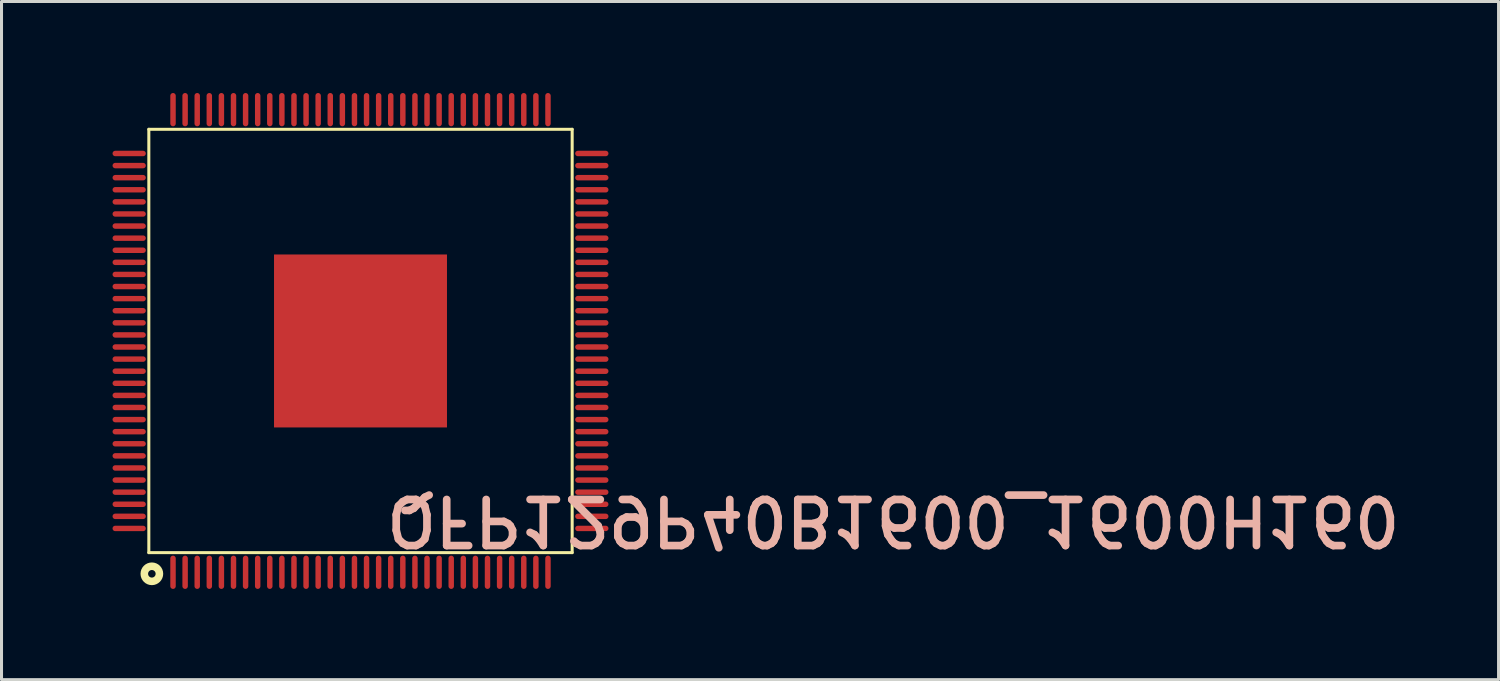
<source format=kicad_pcb>
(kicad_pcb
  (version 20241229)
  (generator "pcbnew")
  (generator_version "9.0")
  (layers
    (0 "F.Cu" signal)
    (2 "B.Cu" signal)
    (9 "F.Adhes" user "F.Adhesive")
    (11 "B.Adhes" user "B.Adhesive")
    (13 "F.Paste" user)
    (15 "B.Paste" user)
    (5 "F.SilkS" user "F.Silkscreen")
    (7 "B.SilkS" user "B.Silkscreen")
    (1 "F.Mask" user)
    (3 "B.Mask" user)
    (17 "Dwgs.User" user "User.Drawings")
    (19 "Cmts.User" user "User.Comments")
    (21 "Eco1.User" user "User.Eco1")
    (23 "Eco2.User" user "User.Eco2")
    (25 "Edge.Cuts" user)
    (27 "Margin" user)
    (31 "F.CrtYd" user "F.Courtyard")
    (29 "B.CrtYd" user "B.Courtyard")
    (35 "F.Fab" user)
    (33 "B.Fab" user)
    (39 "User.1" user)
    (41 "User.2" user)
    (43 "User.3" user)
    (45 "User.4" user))
  (footprint "QFP129P40B1600_1600H160"
    (layer "F.Cu")
    (at 8.872 8.226)
    (property "Reference" "QFP129P40B1600_1600H160" (at 0.724 5.042 180) (unlocked yes) (layer "B.SilkS") (effects (font (size 1.524 1.524) (thickness 0.254)) (justify left bottom mirror)))
    (fp_line (start -7 7) (end -7 -7) (stroke (width 0.1) (type solid)) (layer "F.SilkS"))
    (fp_line (start 7 -7) (end -7 -7) (stroke (width 0.1) (type solid)) (layer "F.SilkS"))
    (fp_line (start 7 7) (end -7 7) (stroke (width 0.1) (type solid)) (layer "F.SilkS"))
    (fp_line (start 7 7) (end 7 -7) (stroke (width 0.1) (type solid)) (layer "F.SilkS"))
    (fp_circle (center -6.9 7.7) (end -7.15 7.7) (stroke (width 0.25) (type solid)) (fill no) (layer "F.SilkS"))
    (fp_text user "93" (at -5.04 -7.65 90) (unlocked yes) (layer "Eco1.User") (effects (font (size 0.3 0.3) (thickness 0.021)) (justify left bottom)))
    (fp_text user "92" (at -4.64 -7.65 90) (unlocked yes) (layer "Eco1.User") (effects (font (size 0.3 0.3) (thickness 0.021)) (justify left bottom)))
    (fp_text user "95" (at -5.84 -7.65 90) (unlocked yes) (layer "Eco1.User") (effects (font (size 0.3 0.3) (thickness 0.021)) (justify left bottom)))
    (fp_text user "1" (at -6.12 7.65 90) (unlocked yes) (layer "Eco1.User") (effects (font (size 0.3 0.3) (thickness 0.021)) (justify left bottom)))
    (fp_text user "77" (at 1.36 -7.65 90) (unlocked yes) (layer "Eco1.User") (effects (font (size 0.3 0.3) (thickness 0.021)) (justify left bottom)))
    (fp_text user "4" (at -4.92 7.65 90) (unlocked yes) (layer "Eco1.User") (effects (font (size 0.3 0.3) (thickness 0.021)) (justify left bottom)))
    (fp_text user "58" (at 7.41 -4 180) (unlocked yes) (layer "Eco1.User") (effects (font (size 0.3 0.3) (thickness 0.021)) (justify left bottom)))
    (fp_text user "64" (at 7.41 -6.4 180) (unlocked yes) (layer "Eco1.User") (effects (font (size 0.3 0.3) (thickness 0.021)) (justify left bottom)))
    (fp_text user "122" (at -8.01 3.6 180) (unlocked yes) (layer "Eco1.User") (effects (font (size 0.3 0.3) (thickness 0.021)) (justify left bottom)))
    (fp_text user "110" (at -8.01 -1.2 180) (unlocked yes) (layer "Eco1.User") (effects (font (size 0.3 0.3) (thickness 0.021)) (justify left bottom)))
    (fp_text user "114" (at -8.01 0.4 180) (unlocked yes) (layer "Eco1.User") (effects (font (size 0.3 0.3) (thickness 0.021)) (justify left bottom)))
    (fp_text user "71" (at 3.76 -7.65 90) (unlocked yes) (layer "Eco1.User") (effects (font (size 0.3 0.3) (thickness 0.021)) (justify left bottom)))
    (fp_text user "5" (at -4.52 7.65 90) (unlocked yes) (layer "Eco1.User") (effects (font (size 0.3 0.3) (thickness 0.021)) (justify left bottom)))
    (fp_text user "43" (at 7.41 2 180) (unlocked yes) (layer "Eco1.User") (effects (font (size 0.3 0.3) (thickness 0.021)) (justify left bottom)))
    (fp_text user "37" (at 7.41 4.4 180) (unlocked yes) (layer "Eco1.User") (effects (font (size 0.3 0.3) (thickness 0.021)) (justify left bottom)))
    (fp_text user "90" (at -3.84 -7.65 90) (unlocked yes) (layer "Eco1.User") (effects (font (size 0.3 0.3) (thickness 0.021)) (justify left bottom)))
    (fp_text user "63" (at 7.41 -6 180) (unlocked yes) (layer "Eco1.User") (effects (font (size 0.3 0.3) (thickness 0.021)) (justify left bottom)))
    (fp_text user "87" (at -2.64 -7.65 90) (unlocked yes) (layer "Eco1.User") (effects (font (size 0.3 0.3) (thickness 0.021)) (justify left bottom)))
    (fp_text user "7" (at -3.72 7.65 90) (unlocked yes) (layer "Eco1.User") (effects (font (size 0.3 0.3) (thickness 0.021)) (justify left bottom)))
    (fp_text user "45" (at 7.41 1.2 180) (unlocked yes) (layer "Eco1.User") (effects (font (size 0.3 0.3) (thickness 0.021)) (justify left bottom)))
    (fp_text user "39" (at 7.41 3.6 180) (unlocked yes) (layer "Eco1.User") (effects (font (size 0.3 0.3) (thickness 0.021)) (justify left bottom)))
    (fp_text user "89" (at -3.44 -7.65 90) (unlocked yes) (layer "Eco1.User") (effects (font (size 0.3 0.3) (thickness 0.021)) (justify left bottom)))
    (fp_text user "51" (at 7.41 -1.2 180) (unlocked yes) (layer "Eco1.User") (effects (font (size 0.3 0.3) (thickness 0.021)) (justify left bottom)))
    (fp_text user "82" (at -0.64 -7.65 90) (unlocked yes) (layer "Eco1.User") (effects (font (size 0.3 0.3) (thickness 0.021)) (justify left bottom)))
    (fp_text user "102" (at -8.01 -4.4 180) (unlocked yes) (layer "Eco1.User") (effects (font (size 0.3 0.3) (thickness 0.021)) (justify left bottom)))
    (fp_text user "61" (at 7.41 -5.2 180) (unlocked yes) (layer "Eco1.User") (effects (font (size 0.3 0.3) (thickness 0.021)) (justify left bottom)))
    (fp_text user "97" (at -7.89 -6.4 180) (unlocked yes) (layer "Eco1.User") (effects (font (size 0.3 0.3) (thickness 0.021)) (justify left bottom)))
    (fp_text user "35" (at 7.41 5.2 180) (unlocked yes) (layer "Eco1.User") (effects (font (size 0.3 0.3) (thickness 0.021)) (justify left bottom)))
    (fp_text user "116" (at -8.01 1.2 180) (unlocked yes) (layer "Eco1.User") (effects (font (size 0.3 0.3) (thickness 0.021)) (justify left bottom)))
    (fp_text user "11" (at -2.24 7.65 90) (unlocked yes) (layer "Eco1.User") (effects (font (size 0.3 0.3) (thickness 0.021)) (justify left bottom)))
    (fp_text user "65" (at 6.16 -7.65 90) (unlocked yes) (layer "Eco1.User") (effects (font (size 0.3 0.3) (thickness 0.021)) (justify left bottom)))
    (fp_text user "46" (at 7.41 0.8 180) (unlocked yes) (layer "Eco1.User") (effects (font (size 0.3 0.3) (thickness 0.021)) (justify left bottom)))
    (fp_text user "85" (at -1.84 -7.65 90) (unlocked yes) (layer "Eco1.User") (effects (font (size 0.3 0.3) (thickness 0.021)) (justify left bottom)))
    (fp_text user "118" (at -8.01 2 180) (unlocked yes) (layer "Eco1.User") (effects (font (size 0.3 0.3) (thickness 0.021)) (justify left bottom)))
    (fp_text user "124" (at -8.01 4.4 180) (unlocked yes) (layer "Eco1.User") (effects (font (size 0.3 0.3) (thickness 0.021)) (justify left bottom)))
    (fp_text user "79" (at 0.56 -7.65 90) (unlocked yes) (layer "Eco1.User") (effects (font (size 0.3 0.3) (thickness 0.021)) (justify left bottom)))
    (fp_text user "67" (at 5.36 -7.65 90) (unlocked yes) (layer "Eco1.User") (effects (font (size 0.3 0.3) (thickness 0.021)) (justify left bottom)))
    (fp_text user "112" (at -8.01 -0.4 180) (unlocked yes) (layer "Eco1.User") (effects (font (size 0.3 0.3) (thickness 0.021)) (justify left bottom)))
    (fp_text user "84" (at -1.44 -7.65 90) (unlocked yes) (layer "Eco1.User") (effects (font (size 0.3 0.3) (thickness 0.021)) (justify left bottom)))
    (fp_text user "2" (at -5.72 7.65 90) (unlocked yes) (layer "Eco1.User") (effects (font (size 0.3 0.3) (thickness 0.021)) (justify left bottom)))
    (fp_text user "33" (at 7.41 6 180) (unlocked yes) (layer "Eco1.User") (effects (font (size 0.3 0.3) (thickness 0.021)) (justify left bottom)))
    (fp_text user "14" (at -1.04 7.65 90) (unlocked yes) (layer "Eco1.User") (effects (font (size 0.3 0.3) (thickness 0.021)) (justify left bottom)))
    (fp_text user "109" (at -8.01 -1.6 180) (unlocked yes) (layer "Eco1.User") (effects (font (size 0.3 0.3) (thickness 0.021)) (justify left bottom)))
    (fp_text user "119" (at -8.01 2.4 180) (unlocked yes) (layer "Eco1.User") (effects (font (size 0.3 0.3) (thickness 0.021)) (justify left bottom)))
    (fp_text user "81" (at -0.24 -7.65 90) (unlocked yes) (layer "Eco1.User") (effects (font (size 0.3 0.3) (thickness 0.021)) (justify left bottom)))
    (fp_text user "72" (at 3.36 -7.65 90) (unlocked yes) (layer "Eco1.User") (effects (font (size 0.3 0.3) (thickness 0.021)) (justify left bottom)))
    (fp_text user "129" (at -0.345 0.083 0) (unlocked yes) (layer "Eco1.User") (effects (font (size 0.3 0.3) (thickness 0.021)) (justify left bottom)))
    (fp_text user "36" (at 7.41 4.8 180) (unlocked yes) (layer "Eco1.User") (effects (font (size 0.3 0.3) (thickness 0.021)) (justify left bottom)))
    (fp_text user "120" (at -8.01 2.8 180) (unlocked yes) (layer "Eco1.User") (effects (font (size 0.3 0.3) (thickness 0.021)) (justify left bottom)))
    (fp_text user "42" (at 7.41 2.4 180) (unlocked yes) (layer "Eco1.User") (effects (font (size 0.3 0.3) (thickness 0.021)) (justify left bottom)))
    (fp_text user "70" (at 4.16 -7.65 90) (unlocked yes) (layer "Eco1.User") (effects (font (size 0.3 0.3) (thickness 0.021)) (justify left bottom)))
    (fp_text user "17" (at 0.16 7.65 90) (unlocked yes) (layer "Eco1.User") (effects (font (size 0.3 0.3) (thickness 0.021)) (justify left bottom)))
    (fp_text user "49" (at 7.41 -0.4 180) (unlocked yes) (layer "Eco1.User") (effects (font (size 0.3 0.3) (thickness 0.021)) (justify left bottom)))
    (fp_text user "111" (at -8.01 -0.8 180) (unlocked yes) (layer "Eco1.User") (effects (font (size 0.3 0.3) (thickness 0.021)) (justify left bottom)))
    (fp_text user "24" (at 2.96 7.65 90) (unlocked yes) (layer "Eco1.User") (effects (font (size 0.3 0.3) (thickness 0.021)) (justify left bottom)))
    (fp_text user "29" (at 4.96 7.65 90) (unlocked yes) (layer "Eco1.User") (effects (font (size 0.3 0.3) (thickness 0.021)) (justify left bottom)))
    (fp_text user "56" (at 7.41 -3.2 180) (unlocked yes) (layer "Eco1.User") (effects (font (size 0.3 0.3) (thickness 0.021)) (justify left bottom)))
    (fp_text user "62" (at 7.41 -5.6 180) (unlocked yes) (layer "Eco1.User") (effects (font (size 0.3 0.3) (thickness 0.021)) (justify left bottom)))
    (fp_text user "98" (at -7.89 -6 180) (unlocked yes) (layer "Eco1.User") (effects (font (size 0.3 0.3) (thickness 0.021)) (justify left bottom)))
    (fp_text user "80" (at 0.16 -7.65 90) (unlocked yes) (layer "Eco1.User") (effects (font (size 0.3 0.3) (thickness 0.021)) (justify left bottom)))
    (fp_text user "30" (at 5.36 7.65 90) (unlocked yes) (layer "Eco1.User") (effects (font (size 0.3 0.3) (thickness 0.021)) (justify left bottom)))
    (fp_text user "48" (at 7.41 0 180) (unlocked yes) (layer "Eco1.User") (effects (font (size 0.3 0.3) (thickness 0.021)) (justify left bottom)))
    (fp_text user "34" (at 7.41 5.6 180) (unlocked yes) (layer "Eco1.User") (effects (font (size 0.3 0.3) (thickness 0.021)) (justify left bottom)))
    (fp_text user "128" (at -8.01 6 180) (unlocked yes) (layer "Eco1.User") (effects (font (size 0.3 0.3) (thickness 0.021)) (justify left bottom)))
    (fp_text user "121" (at -8.01 3.2 180) (unlocked yes) (layer "Eco1.User") (effects (font (size 0.3 0.3) (thickness 0.021)) (justify left bottom)))
    (fp_text user "52" (at 7.41 -1.6 180) (unlocked yes) (layer "Eco1.User") (effects (font (size 0.3 0.3) (thickness 0.021)) (justify left bottom)))
    (fp_text user "22" (at 2.16 7.65 90) (unlocked yes) (layer "Eco1.User") (effects (font (size 0.3 0.3) (thickness 0.021)) (justify left bottom)))
    (fp_text user "126" (at -8.01 5.2 180) (unlocked yes) (layer "Eco1.User") (effects (font (size 0.3 0.3) (thickness 0.021)) (justify left bottom)))
    (fp_text user "3" (at -5.32 7.65 90) (unlocked yes) (layer "Eco1.User") (effects (font (size 0.3 0.3) (thickness 0.021)) (justify left bottom)))
    (fp_text user "125" (at -8.01 4.8 180) (unlocked yes) (layer "Eco1.User") (effects (font (size 0.3 0.3) (thickness 0.021)) (justify left bottom)))
    (fp_text user "47" (at 7.41 0.4 180) (unlocked yes) (layer "Eco1.User") (effects (font (size 0.3 0.3) (thickness 0.021)) (justify left bottom)))
    (fp_text user "83" (at -1.04 -7.65 90) (unlocked yes) (layer "Eco1.User") (effects (font (size 0.3 0.3) (thickness 0.021)) (justify left bottom)))
    (fp_text user "74" (at 2.56 -7.65 90) (unlocked yes) (layer "Eco1.User") (effects (font (size 0.3 0.3) (thickness 0.021)) (justify left bottom)))
    (fp_text user "25" (at 3.36 7.65 90) (unlocked yes) (layer "Eco1.User") (effects (font (size 0.3 0.3) (thickness 0.021)) (justify left bottom)))
    (fp_text user "68" (at 4.96 -7.65 90) (unlocked yes) (layer "Eco1.User") (effects (font (size 0.3 0.3) (thickness 0.021)) (justify left bottom)))
    (fp_text user "F133-eLQFP128" (at -1.07 0.26 0) (unlocked yes) (layer "Eco1.User") (effects (font (size 0.79 0.79) (thickness 0.058)) (justify left bottom)))
    (fp_text user "50" (at 7.41 -0.8 180) (unlocked yes) (layer "Eco1.User") (effects (font (size 0.3 0.3) (thickness 0.021)) (justify left bottom)))
    (fp_text user "38" (at 7.41 4 180) (unlocked yes) (layer "Eco1.User") (effects (font (size 0.3 0.3) (thickness 0.021)) (justify left bottom)))
    (fp_text user "15" (at -0.64 7.65 90) (unlocked yes) (layer "Eco1.User") (effects (font (size 0.3 0.3) (thickness 0.021)) (justify left bottom)))
    (fp_text user "8" (at -3.32 7.65 90) (unlocked yes) (layer "Eco1.User") (effects (font (size 0.3 0.3) (thickness 0.021)) (justify left bottom)))
    (fp_text user "103" (at -8.01 -4 180) (unlocked yes) (layer "Eco1.User") (effects (font (size 0.3 0.3) (thickness 0.021)) (justify left bottom)))
    (fp_text user "75" (at 2.16 -7.65 90) (unlocked yes) (layer "Eco1.User") (effects (font (size 0.3 0.3) (thickness 0.021)) (justify left bottom)))
    (fp_text user "6" (at -4.12 7.65 90) (unlocked yes) (layer "Eco1.User") (effects (font (size 0.3 0.3) (thickness 0.021)) (justify left bottom)))
    (fp_text user "28" (at 4.56 7.65 90) (unlocked yes) (layer "Eco1.User") (effects (font (size 0.3 0.3) (thickness 0.021)) (justify left bottom)))
    (fp_text user "31" (at 5.76 7.65 90) (unlocked yes) (layer "Eco1.User") (effects (font (size 0.3 0.3) (thickness 0.021)) (justify left bottom)))
    (fp_text user "86" (at -2.24 -7.65 90) (unlocked yes) (layer "Eco1.User") (effects (font (size 0.3 0.3) (thickness 0.021)) (justify left bottom)))
    (fp_text user "54" (at 7.41 -2.4 180) (unlocked yes) (layer "Eco1.User") (effects (font (size 0.3 0.3) (thickness 0.021)) (justify left bottom)))
    (fp_text user "105" (at -8.01 -3.2 180) (unlocked yes) (layer "Eco1.User") (effects (font (size 0.3 0.3) (thickness 0.021)) (justify left bottom)))
    (fp_text user "127" (at -8.01 5.6 180) (unlocked yes) (layer "Eco1.User") (effects (font (size 0.3 0.3) (thickness 0.021)) (justify left bottom)))
    (fp_text user "12" (at -1.84 7.65 90) (unlocked yes) (layer "Eco1.User") (effects (font (size 0.3 0.3) (thickness 0.021)) (justify left bottom)))
    (fp_text user "88" (at -3.04 -7.65 90) (unlocked yes) (layer "Eco1.User") (effects (font (size 0.3 0.3) (thickness 0.021)) (justify left bottom)))
    (fp_text user "73" (at 2.96 -7.65 90) (unlocked yes) (layer "Eco1.User") (effects (font (size 0.3 0.3) (thickness 0.021)) (justify left bottom)))
    (fp_text user "107" (at -8.01 -2.4 180) (unlocked yes) (layer "Eco1.User") (effects (font (size 0.3 0.3) (thickness 0.021)) (justify left bottom)))
    (fp_text user "78" (at 0.96 -7.65 90) (unlocked yes) (layer "Eco1.User") (effects (font (size 0.3 0.3) (thickness 0.021)) (justify left bottom)))
    (fp_text user "53" (at 7.41 -2 180) (unlocked yes) (layer "Eco1.User") (effects (font (size 0.3 0.3) (thickness 0.021)) (justify left bottom)))
    (fp_text user "69" (at 4.56 -7.65 90) (unlocked yes) (layer "Eco1.User") (effects (font (size 0.3 0.3) (thickness 0.021)) (justify left bottom)))
    (fp_text user "32" (at 6.16 7.65 90) (unlocked yes) (layer "Eco1.User") (effects (font (size 0.3 0.3) (thickness 0.021)) (justify left bottom)))
    (fp_text user "9" (at -2.92 7.65 90) (unlocked yes) (layer "Eco1.User") (effects (font (size 0.3 0.3) (thickness 0.021)) (justify left bottom)))
    (fp_text user "20" (at 1.36 7.65 90) (unlocked yes) (layer "Eco1.User") (effects (font (size 0.3 0.3) (thickness 0.021)) (justify left bottom)))
    (fp_text user "104" (at -8.01 -3.6 180) (unlocked yes) (layer "Eco1.User") (effects (font (size 0.3 0.3) (thickness 0.021)) (justify left bottom)))
    (fp_text user "16" (at -0.24 7.65 90) (unlocked yes) (layer "Eco1.User") (effects (font (size 0.3 0.3) (thickness 0.021)) (justify left bottom)))
    (fp_text user "59" (at 7.41 -4.4 180) (unlocked yes) (layer "Eco1.User") (effects (font (size 0.3 0.3) (thickness 0.021)) (justify left bottom)))
    (fp_text user "21" (at 1.76 7.65 90) (unlocked yes) (layer "Eco1.User") (effects (font (size 0.3 0.3) (thickness 0.021)) (justify left bottom)))
    (fp_text user "76" (at 1.76 -7.65 90) (unlocked yes) (layer "Eco1.User") (effects (font (size 0.3 0.3) (thickness 0.021)) (justify left bottom)))
    (fp_text user "26" (at 3.76 7.65 90) (unlocked yes) (layer "Eco1.User") (effects (font (size 0.3 0.3) (thickness 0.021)) (justify left bottom)))
    (fp_text user "117" (at -8.01 1.6 180) (unlocked yes) (layer "Eco1.User") (effects (font (size 0.3 0.3) (thickness 0.021)) (justify left bottom)))
    (fp_text user "60" (at 7.41 -4.8 180) (unlocked yes) (layer "Eco1.User") (effects (font (size 0.3 0.3) (thickness 0.021)) (justify left bottom)))
    (fp_text user "55" (at 7.41 -2.8 180) (unlocked yes) (layer "Eco1.User") (effects (font (size 0.3 0.3) (thickness 0.021)) (justify left bottom)))
    (fp_text user "123" (at -8.01 4 180) (unlocked yes) (layer "Eco1.User") (effects (font (size 0.3 0.3) (thickness 0.021)) (justify left bottom)))
    (fp_text user "27" (at 4.16 7.65 90) (unlocked yes) (layer "Eco1.User") (effects (font (size 0.3 0.3) (thickness 0.021)) (justify left bottom)))
    (fp_text user "23" (at 2.56 7.65 90) (unlocked yes) (layer "Eco1.User") (effects (font (size 0.3 0.3) (thickness 0.021)) (justify left bottom)))
    (fp_text user "66" (at 5.76 -7.65 90) (unlocked yes) (layer "Eco1.User") (effects (font (size 0.3 0.3) (thickness 0.021)) (justify left bottom)))
    (fp_text user "41" (at 7.41 2.8 180) (unlocked yes) (layer "Eco1.User") (effects (font (size 0.3 0.3) (thickness 0.021)) (justify left bottom)))
    (fp_text user "44" (at 7.41 1.6 180) (unlocked yes) (layer "Eco1.User") (effects (font (size 0.3 0.3) (thickness 0.021)) (justify left bottom)))
    (fp_text user "91" (at -4.24 -7.65 90) (unlocked yes) (layer "Eco1.User") (effects (font (size 0.3 0.3) (thickness 0.021)) (justify left bottom)))
    (fp_text user "18" (at 0.56 7.65 90) (unlocked yes) (layer "Eco1.User") (effects (font (size 0.3 0.3) (thickness 0.021)) (justify left bottom)))
    (fp_text user "96" (at -6.24 -7.65 90) (unlocked yes) (layer "Eco1.User") (effects (font (size 0.3 0.3) (thickness 0.021)) (justify left bottom)))
    (fp_text user "115" (at -8.01 0.8 180) (unlocked yes) (layer "Eco1.User") (effects (font (size 0.3 0.3) (thickness 0.021)) (justify left bottom)))
    (fp_text user "108" (at -8.01 -2 180) (unlocked yes) (layer "Eco1.User") (effects (font (size 0.3 0.3) (thickness 0.021)) (justify left bottom)))
    (fp_text user "99" (at -7.89 -5.6 180) (unlocked yes) (layer "Eco1.User") (effects (font (size 0.3 0.3) (thickness 0.021)) (justify left bottom)))
    (fp_text user "100" (at -8.01 -5.2 180) (unlocked yes) (layer "Eco1.User") (effects (font (size 0.3 0.3) (thickness 0.021)) (justify left bottom)))
    (fp_text user "101" (at -8.01 -4.8 180) (unlocked yes) (layer "Eco1.User") (effects (font (size 0.3 0.3) (thickness 0.021)) (justify left bottom)))
    (fp_text user "13" (at -1.44 7.65 90) (unlocked yes) (layer "Eco1.User") (effects (font (size 0.3 0.3) (thickness 0.021)) (justify left bottom)))
    (fp_text user "113" (at -8.01 0 180) (unlocked yes) (layer "Eco1.User") (effects (font (size 0.3 0.3) (thickness 0.021)) (justify left bottom)))
    (fp_text user "106" (at -8.01 -2.8 180) (unlocked yes) (layer "Eco1.User") (effects (font (size 0.3 0.3) (thickness 0.021)) (justify left bottom)))
    (fp_text user "94" (at -5.44 -7.65 90) (unlocked yes) (layer "Eco1.User") (effects (font (size 0.3 0.3) (thickness 0.021)) (justify left bottom)))
    (fp_text user "10" (at -2.64 7.65 90) (unlocked yes) (layer "Eco1.User") (effects (font (size 0.3 0.3) (thickness 0.021)) (justify left bottom)))
    (fp_text user "57" (at 7.41 -3.6 180) (unlocked yes) (layer "Eco1.User") (effects (font (size 0.3 0.3) (thickness 0.021)) (justify left bottom)))
    (fp_text user "40" (at 7.41 3.2 180) (unlocked yes) (layer "Eco1.User") (effects (font (size 0.3 0.3) (thickness 0.021)) (justify left bottom)))
    (fp_text user "19" (at 0.96 7.65 90) (unlocked yes) (layer "Eco1.User") (effects (font (size 0.3 0.3) (thickness 0.021)) (justify left bottom)))
    (pad "1" smd oval (at -6.2 7.65) (size 0.18 1.1) (layers "F.Cu" "F.Mask" "F.Paste"))
    (pad "2" smd oval (at -5.8 7.65) (size 0.18 1.1) (layers "F.Cu" "F.Mask" "F.Paste"))
    (pad "3" smd oval (at -5.4 7.65) (size 0.18 1.1) (layers "F.Cu" "F.Mask" "F.Paste"))
    (pad "4" smd oval (at -5 7.65) (size 0.18 1.1) (layers "F.Cu" "F.Mask" "F.Paste"))
    (pad "5" smd oval (at -4.6 7.65) (size 0.18 1.1) (layers "F.Cu" "F.Mask" "F.Paste"))
    (pad "6" smd oval (at -4.2 7.65) (size 0.18 1.1) (layers "F.Cu" "F.Mask" "F.Paste"))
    (pad "7" smd oval (at -3.8 7.65) (size 0.18 1.1) (layers "F.Cu" "F.Mask" "F.Paste"))
    (pad "8" smd oval (at -3.4 7.65) (size 0.18 1.1) (layers "F.Cu" "F.Mask" "F.Paste"))
    (pad "9" smd oval (at -3 7.65) (size 0.18 1.1) (layers "F.Cu" "F.Mask" "F.Paste"))
    (pad "10" smd oval (at -2.6 7.65) (size 0.18 1.1) (layers "F.Cu" "F.Mask" "F.Paste"))
    (pad "11" smd oval (at -2.2 7.65) (size 0.18 1.1) (layers "F.Cu" "F.Mask" "F.Paste"))
    (pad "12" smd oval (at -1.8 7.65) (size 0.18 1.1) (layers "F.Cu" "F.Mask" "F.Paste"))
    (pad "13" smd oval (at -1.4 7.65) (size 0.18 1.1) (layers "F.Cu" "F.Mask" "F.Paste"))
    (pad "14" smd oval (at -1 7.65) (size 0.18 1.1) (layers "F.Cu" "F.Mask" "F.Paste"))
    (pad "15" smd oval (at -0.6 7.65) (size 0.18 1.1) (layers "F.Cu" "F.Mask" "F.Paste"))
    (pad "16" smd oval (at -0.2 7.65) (size 0.18 1.1) (layers "F.Cu" "F.Mask" "F.Paste"))
    (pad "17" smd oval (at 0.2 7.65) (size 0.18 1.1) (layers "F.Cu" "F.Mask" "F.Paste"))
    (pad "18" smd oval (at 0.6 7.65) (size 0.18 1.1) (layers "F.Cu" "F.Mask" "F.Paste"))
    (pad "19" smd oval (at 1 7.65) (size 0.18 1.1) (layers "F.Cu" "F.Mask" "F.Paste"))
    (pad "20" smd oval (at 1.4 7.65) (size 0.18 1.1) (layers "F.Cu" "F.Mask" "F.Paste"))
    (pad "21" smd oval (at 1.8 7.65) (size 0.18 1.1) (layers "F.Cu" "F.Mask" "F.Paste"))
    (pad "22" smd oval (at 2.2 7.65) (size 0.18 1.1) (layers "F.Cu" "F.Mask" "F.Paste"))
    (pad "23" smd oval (at 2.6 7.65) (size 0.18 1.1) (layers "F.Cu" "F.Mask" "F.Paste"))
    (pad "24" smd oval (at 3 7.65) (size 0.18 1.1) (layers "F.Cu" "F.Mask" "F.Paste"))
    (pad "25" smd oval (at 3.4 7.65) (size 0.18 1.1) (layers "F.Cu" "F.Mask" "F.Paste"))
    (pad "26" smd oval (at 3.8 7.65) (size 0.18 1.1) (layers "F.Cu" "F.Mask" "F.Paste"))
    (pad "27" smd oval (at 4.2 7.65) (size 0.18 1.1) (layers "F.Cu" "F.Mask" "F.Paste"))
    (pad "28" smd oval (at 4.6 7.65) (size 0.18 1.1) (layers "F.Cu" "F.Mask" "F.Paste"))
    (pad "29" smd oval (at 5 7.65) (size 0.18 1.1) (layers "F.Cu" "F.Mask" "F.Paste"))
    (pad "30" smd oval (at 5.4 7.65) (size 0.18 1.1) (layers "F.Cu" "F.Mask" "F.Paste"))
    (pad "31" smd oval (at 5.8 7.65) (size 0.18 1.1) (layers "F.Cu" "F.Mask" "F.Paste"))
    (pad "32" smd oval (at 6.2 7.65) (size 0.18 1.1) (layers "F.Cu" "F.Mask" "F.Paste"))
    (pad "33" smd oval (at 7.65 6.2) (size 1.1 0.18) (layers "F.Cu" "F.Mask" "F.Paste"))
    (pad "34" smd oval (at 7.65 5.8) (size 1.1 0.18) (layers "F.Cu" "F.Mask" "F.Paste"))
    (pad "35" smd oval (at 7.65 5.4) (size 1.1 0.18) (layers "F.Cu" "F.Mask" "F.Paste"))
    (pad "36" smd oval (at 7.65 5) (size 1.1 0.18) (layers "F.Cu" "F.Mask" "F.Paste"))
    (pad "37" smd oval (at 7.65 4.6) (size 1.1 0.18) (layers "F.Cu" "F.Mask" "F.Paste"))
    (pad "38" smd oval (at 7.65 4.2) (size 1.1 0.18) (layers "F.Cu" "F.Mask" "F.Paste"))
    (pad "39" smd oval (at 7.65 3.8) (size 1.1 0.18) (layers "F.Cu" "F.Mask" "F.Paste"))
    (pad "40" smd oval (at 7.65 3.4) (size 1.1 0.18) (layers "F.Cu" "F.Mask" "F.Paste"))
    (pad "41" smd oval (at 7.65 3) (size 1.1 0.18) (layers "F.Cu" "F.Mask" "F.Paste"))
    (pad "42" smd oval (at 7.65 2.6) (size 1.1 0.18) (layers "F.Cu" "F.Mask" "F.Paste"))
    (pad "43" smd oval (at 7.65 2.2) (size 1.1 0.18) (layers "F.Cu" "F.Mask" "F.Paste"))
    (pad "44" smd oval (at 7.65 1.8) (size 1.1 0.18) (layers "F.Cu" "F.Mask" "F.Paste"))
    (pad "45" smd oval (at 7.65 1.4) (size 1.1 0.18) (layers "F.Cu" "F.Mask" "F.Paste"))
    (pad "46" smd oval (at 7.65 1) (size 1.1 0.18) (layers "F.Cu" "F.Mask" "F.Paste"))
    (pad "47" smd oval (at 7.65 0.6) (size 1.1 0.18) (layers "F.Cu" "F.Mask" "F.Paste"))
    (pad "48" smd oval (at 7.65 0.2) (size 1.1 0.18) (layers "F.Cu" "F.Mask" "F.Paste"))
    (pad "49" smd oval (at 7.65 -0.2) (size 1.1 0.18) (layers "F.Cu" "F.Mask" "F.Paste"))
    (pad "50" smd oval (at 7.65 -0.6) (size 1.1 0.18) (layers "F.Cu" "F.Mask" "F.Paste"))
    (pad "51" smd oval (at 7.65 -1) (size 1.1 0.18) (layers "F.Cu" "F.Mask" "F.Paste"))
    (pad "52" smd oval (at 7.65 -1.4) (size 1.1 0.18) (layers "F.Cu" "F.Mask" "F.Paste"))
    (pad "53" smd oval (at 7.65 -1.8) (size 1.1 0.18) (layers "F.Cu" "F.Mask" "F.Paste"))
    (pad "54" smd oval (at 7.65 -2.2) (size 1.1 0.18) (layers "F.Cu" "F.Mask" "F.Paste"))
    (pad "55" smd oval (at 7.65 -2.6) (size 1.1 0.18) (layers "F.Cu" "F.Mask" "F.Paste"))
    (pad "56" smd oval (at 7.65 -3) (size 1.1 0.18) (layers "F.Cu" "F.Mask" "F.Paste"))
    (pad "57" smd oval (at 7.65 -3.4) (size 1.1 0.18) (layers "F.Cu" "F.Mask" "F.Paste"))
    (pad "58" smd oval (at 7.65 -3.8) (size 1.1 0.18) (layers "F.Cu" "F.Mask" "F.Paste"))
    (pad "59" smd oval (at 7.65 -4.2) (size 1.1 0.18) (layers "F.Cu" "F.Mask" "F.Paste"))
    (pad "60" smd oval (at 7.65 -4.6) (size 1.1 0.18) (layers "F.Cu" "F.Mask" "F.Paste"))
    (pad "61" smd oval (at 7.65 -5) (size 1.1 0.18) (layers "F.Cu" "F.Mask" "F.Paste"))
    (pad "62" smd oval (at 7.65 -5.4) (size 1.1 0.18) (layers "F.Cu" "F.Mask" "F.Paste"))
    (pad "63" smd oval (at 7.65 -5.8) (size 1.1 0.18) (layers "F.Cu" "F.Mask" "F.Paste"))
    (pad "64" smd oval (at 7.65 -6.2) (size 1.1 0.18) (layers "F.Cu" "F.Mask" "F.Paste"))
    (pad "65" smd oval (at 6.2 -7.65) (size 0.18 1.1) (layers "F.Cu" "F.Mask" "F.Paste"))
    (pad "66" smd oval (at 5.8 -7.65) (size 0.18 1.1) (layers "F.Cu" "F.Mask" "F.Paste"))
    (pad "67" smd oval (at 5.4 -7.65) (size 0.18 1.1) (layers "F.Cu" "F.Mask" "F.Paste"))
    (pad "68" smd oval (at 5 -7.65) (size 0.18 1.1) (layers "F.Cu" "F.Mask" "F.Paste"))
    (pad "69" smd oval (at 4.6 -7.65) (size 0.18 1.1) (layers "F.Cu" "F.Mask" "F.Paste"))
    (pad "70" smd oval (at 4.2 -7.65) (size 0.18 1.1) (layers "F.Cu" "F.Mask" "F.Paste"))
    (pad "71" smd oval (at 3.8 -7.65) (size 0.18 1.1) (layers "F.Cu" "F.Mask" "F.Paste"))
    (pad "72" smd oval (at 3.4 -7.65) (size 0.18 1.1) (layers "F.Cu" "F.Mask" "F.Paste"))
    (pad "73" smd oval (at 3 -7.65) (size 0.18 1.1) (layers "F.Cu" "F.Mask" "F.Paste"))
    (pad "74" smd oval (at 2.6 -7.65) (size 0.18 1.1) (layers "F.Cu" "F.Mask" "F.Paste"))
    (pad "75" smd oval (at 2.2 -7.65) (size 0.18 1.1) (layers "F.Cu" "F.Mask" "F.Paste"))
    (pad "76" smd oval (at 1.8 -7.65) (size 0.18 1.1) (layers "F.Cu" "F.Mask" "F.Paste"))
    (pad "77" smd oval (at 1.4 -7.65) (size 0.18 1.1) (layers "F.Cu" "F.Mask" "F.Paste"))
    (pad "78" smd oval (at 1 -7.65) (size 0.18 1.1) (layers "F.Cu" "F.Mask" "F.Paste"))
    (pad "79" smd oval (at 0.6 -7.65) (size 0.18 1.1) (layers "F.Cu" "F.Mask" "F.Paste"))
    (pad "80" smd oval (at 0.2 -7.65) (size 0.18 1.1) (layers "F.Cu" "F.Mask" "F.Paste"))
    (pad "81" smd oval (at -0.2 -7.65) (size 0.18 1.1) (layers "F.Cu" "F.Mask" "F.Paste"))
    (pad "82" smd oval (at -0.6 -7.65) (size 0.18 1.1) (layers "F.Cu" "F.Mask" "F.Paste"))
    (pad "83" smd oval (at -1 -7.65) (size 0.18 1.1) (layers "F.Cu" "F.Mask" "F.Paste"))
    (pad "84" smd oval (at -1.4 -7.65) (size 0.18 1.1) (layers "F.Cu" "F.Mask" "F.Paste"))
    (pad "85" smd oval (at -1.8 -7.65) (size 0.18 1.1) (layers "F.Cu" "F.Mask" "F.Paste"))
    (pad "86" smd oval (at -2.2 -7.65) (size 0.18 1.1) (layers "F.Cu" "F.Mask" "F.Paste"))
    (pad "87" smd oval (at -2.6 -7.65) (size 0.18 1.1) (layers "F.Cu" "F.Mask" "F.Paste"))
    (pad "88" smd oval (at -3 -7.65) (size 0.18 1.1) (layers "F.Cu" "F.Mask" "F.Paste"))
    (pad "89" smd oval (at -3.4 -7.65) (size 0.18 1.1) (layers "F.Cu" "F.Mask" "F.Paste"))
    (pad "90" smd oval (at -3.8 -7.65) (size 0.18 1.1) (layers "F.Cu" "F.Mask" "F.Paste"))
    (pad "91" smd oval (at -4.2 -7.65) (size 0.18 1.1) (layers "F.Cu" "F.Mask" "F.Paste"))
    (pad "92" smd oval (at -4.6 -7.65) (size 0.18 1.1) (layers "F.Cu" "F.Mask" "F.Paste"))
    (pad "93" smd oval (at -5 -7.65) (size 0.18 1.1) (layers "F.Cu" "F.Mask" "F.Paste"))
    (pad "94" smd oval (at -5.4 -7.65) (size 0.18 1.1) (layers "F.Cu" "F.Mask" "F.Paste"))
    (pad "95" smd oval (at -5.8 -7.65) (size 0.18 1.1) (layers "F.Cu" "F.Mask" "F.Paste"))
    (pad "96" smd oval (at -6.2 -7.65) (size 0.18 1.1) (layers "F.Cu" "F.Mask" "F.Paste"))
    (pad "97" smd oval (at -7.65 -6.2) (size 1.1 0.18) (layers "F.Cu" "F.Mask" "F.Paste"))
    (pad "98" smd oval (at -7.65 -5.8) (size 1.1 0.18) (layers "F.Cu" "F.Mask" "F.Paste"))
    (pad "99" smd oval (at -7.65 -5.4) (size 1.1 0.18) (layers "F.Cu" "F.Mask" "F.Paste"))
    (pad "100" smd oval (at -7.65 -5) (size 1.1 0.18) (layers "F.Cu" "F.Mask" "F.Paste"))
    (pad "101" smd oval (at -7.65 -4.6) (size 1.1 0.18) (layers "F.Cu" "F.Mask" "F.Paste"))
    (pad "102" smd oval (at -7.65 -4.2) (size 1.1 0.18) (layers "F.Cu" "F.Mask" "F.Paste"))
    (pad "103" smd oval (at -7.65 -3.8) (size 1.1 0.18) (layers "F.Cu" "F.Mask" "F.Paste"))
    (pad "104" smd oval (at -7.65 -3.4) (size 1.1 0.18) (layers "F.Cu" "F.Mask" "F.Paste"))
    (pad "105" smd oval (at -7.65 -3) (size 1.1 0.18) (layers "F.Cu" "F.Mask" "F.Paste"))
    (pad "106" smd oval (at -7.65 -2.6) (size 1.1 0.18) (layers "F.Cu" "F.Mask" "F.Paste"))
    (pad "107" smd oval (at -7.65 -2.2) (size 1.1 0.18) (layers "F.Cu" "F.Mask" "F.Paste"))
    (pad "108" smd oval (at -7.65 -1.8) (size 1.1 0.18) (layers "F.Cu" "F.Mask" "F.Paste"))
    (pad "109" smd oval (at -7.65 -1.4) (size 1.1 0.18) (layers "F.Cu" "F.Mask" "F.Paste"))
    (pad "110" smd oval (at -7.65 -1) (size 1.1 0.18) (layers "F.Cu" "F.Mask" "F.Paste"))
    (pad "111" smd oval (at -7.65 -0.6) (size 1.1 0.18) (layers "F.Cu" "F.Mask" "F.Paste"))
    (pad "112" smd oval (at -7.65 -0.2) (size 1.1 0.18) (layers "F.Cu" "F.Mask" "F.Paste"))
    (pad "113" smd oval (at -7.65 0.2) (size 1.1 0.18) (layers "F.Cu" "F.Mask" "F.Paste"))
    (pad "114" smd oval (at -7.65 0.6) (size 1.1 0.18) (layers "F.Cu" "F.Mask" "F.Paste"))
    (pad "115" smd oval (at -7.65 1) (size 1.1 0.18) (layers "F.Cu" "F.Mask" "F.Paste"))
    (pad "116" smd oval (at -7.65 1.4) (size 1.1 0.18) (layers "F.Cu" "F.Mask" "F.Paste"))
    (pad "117" smd oval (at -7.65 1.8) (size 1.1 0.18) (layers "F.Cu" "F.Mask" "F.Paste"))
    (pad "118" smd oval (at -7.65 2.2) (size 1.1 0.18) (layers "F.Cu" "F.Mask" "F.Paste"))
    (pad "119" smd oval (at -7.65 2.6) (size 1.1 0.18) (layers "F.Cu" "F.Mask" "F.Paste"))
    (pad "120" smd oval (at -7.65 3) (size 1.1 0.18) (layers "F.Cu" "F.Mask" "F.Paste"))
    (pad "121" smd oval (at -7.65 3.4) (size 1.1 0.18) (layers "F.Cu" "F.Mask" "F.Paste"))
    (pad "122" smd oval (at -7.65 3.8) (size 1.1 0.18) (layers "F.Cu" "F.Mask" "F.Paste"))
    (pad "123" smd oval (at -7.65 4.2) (size 1.1 0.18) (layers "F.Cu" "F.Mask" "F.Paste"))
    (pad "124" smd oval (at -7.65 4.6) (size 1.1 0.18) (layers "F.Cu" "F.Mask" "F.Paste"))
    (pad "125" smd oval (at -7.65 5) (size 1.1 0.18) (layers "F.Cu" "F.Mask" "F.Paste"))
    (pad "126" smd oval (at -7.65 5.4) (size 1.1 0.18) (layers "F.Cu" "F.Mask" "F.Paste"))
    (pad "127" smd oval (at -7.65 5.8) (size 1.1 0.18) (layers "F.Cu" "F.Mask" "F.Paste"))
    (pad "128" smd oval (at -7.65 6.2) (size 1.1 0.18) (layers "F.Cu" "F.Mask" "F.Paste"))
    (pad "129" smd rect (at 0 0) (size 5.72 5.72) (layers "F.Cu" "F.Mask" "F.Paste")))
  (gr_rect
    (start -3 -3)
    (end 46.508 19.426)
    (stroke (width 0.1) (type default))
    (fill no)
    (layer "Edge.Cuts")))
</source>
